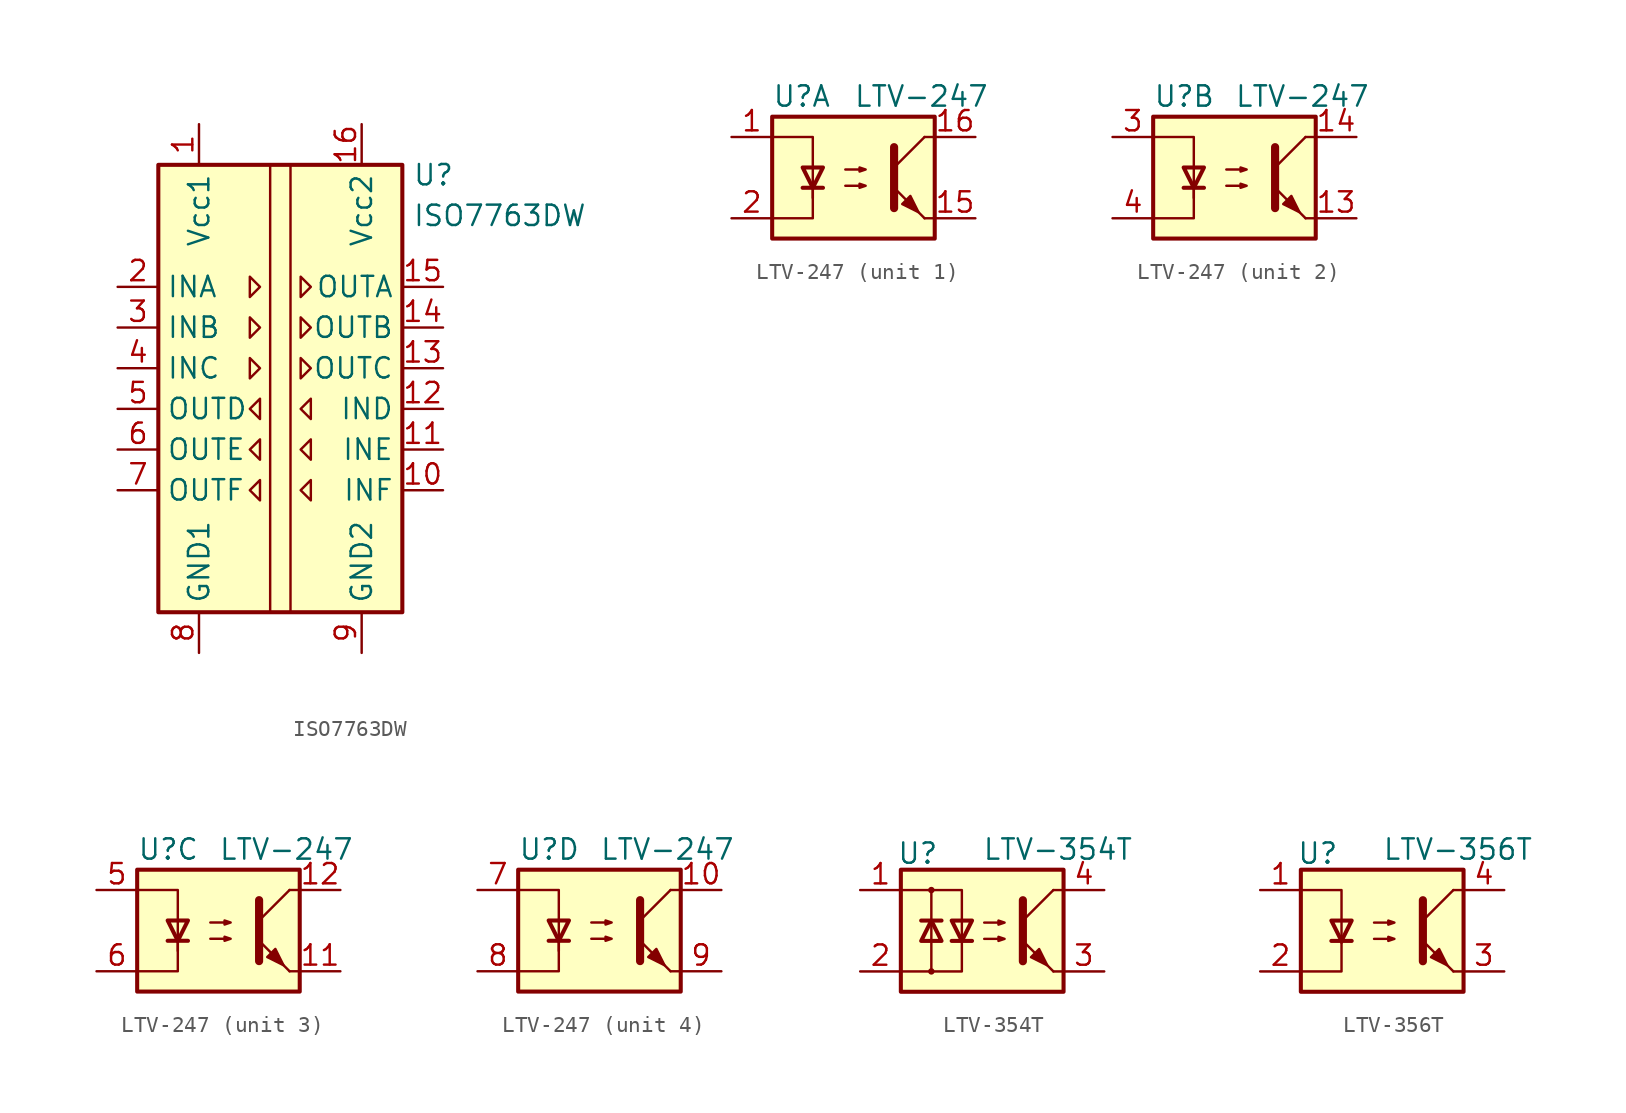
<source format=kicad_sym>
(kicad_symbol_lib
  (version 20201005)
  (generator kicad_symbol_editor)
  (symbol "ISO7763DW"
    (property "Reference" "U"
      (at 8.255 14.605 0)
      (effects (font (size 1.27 1.27)) (justify left)))
    (property "Value" "ISO7763DW"
      (at 8.255 12.065 0)
      (effects (font (size 1.27 1.27)) (justify left)))
    (symbol "ISO7763DW_0_1"
      (rectangle (start -7.62 15.24) (end 7.62 -12.7) (stroke (width 0.254)) (fill (type background)))
      (polyline (pts (xy -0.635 15.24) (xy -0.635 -12.7)) (stroke (width 0)) (fill (type none)))
      (polyline (pts (xy 0.635 15.24) (xy 0.635 -12.7)) (stroke (width 0)) (fill (type none)))
      (polyline (pts (xy -1.905 8.255) (xy -1.27 7.62) (xy -1.905 6.985) (xy -1.905 8.255)) (stroke (width 0)) (fill (type none)))
      (polyline (pts (xy 1.27 8.255) (xy 1.905 7.62) (xy 1.27 6.985) (xy 1.27 8.255)) (stroke (width 0)) (fill (type none))))
    (symbol "ISO7763DW_1_1"
      (polyline (pts (xy -1.905 3.175) (xy -1.27 2.54) (xy -1.905 1.905) (xy -1.905 3.175)) (stroke (width 0)) (fill (type none)))
      (polyline (pts (xy -1.905 5.715) (xy -1.27 5.08) (xy -1.905 4.445) (xy -1.905 5.715)) (stroke (width 0)) (fill (type none)))
      (polyline (pts (xy -1.27 -4.445) (xy -1.905 -5.08) (xy -1.27 -5.715) (xy -1.27 -4.445)) (stroke (width 0)) (fill (type none)))
      (polyline (pts (xy -1.27 -1.905) (xy -1.905 -2.54) (xy -1.27 -3.175) (xy -1.27 -1.905)) (stroke (width 0)) (fill (type none)))
      (polyline (pts (xy -1.27 0.635) (xy -1.905 0) (xy -1.27 -0.635) (xy -1.27 0.635)) (stroke (width 0)) (fill (type none)))
      (polyline (pts (xy 1.27 3.175) (xy 1.905 2.54) (xy 1.27 1.905) (xy 1.27 3.175)) (stroke (width 0)) (fill (type none)))
      (polyline (pts (xy 1.27 5.715) (xy 1.905 5.08) (xy 1.27 4.445) (xy 1.27 5.715)) (stroke (width 0)) (fill (type none)))
      (polyline (pts (xy 1.905 -4.445) (xy 1.27 -5.08) (xy 1.905 -5.715) (xy 1.905 -4.445)) (stroke (width 0)) (fill (type none)))
      (polyline (pts (xy 1.905 -1.905) (xy 1.27 -2.54) (xy 1.905 -3.175) (xy 1.905 -1.905)) (stroke (width 0)) (fill (type none)))
      (polyline (pts (xy 1.905 0.635) (xy 1.27 0) (xy 1.905 -0.635) (xy 1.905 0.635)) (stroke (width 0)) (fill (type none)))
      (pin power_in line (at -5.08 17.78 270) (length 2.54) (name "Vcc1" (effects (font (size 1.27 1.27)))) (number "1" (effects (font (size 1.27 1.27)))))
      (pin input line (at 10.16 -5.08 180) (length 2.54) (name "INF" (effects (font (size 1.27 1.27)))) (number "10" (effects (font (size 1.27 1.27)))))
      (pin input line (at 10.16 -2.54 180) (length 2.54) (name "INE" (effects (font (size 1.27 1.27)))) (number "11" (effects (font (size 1.27 1.27)))))
      (pin input line (at 10.16 0 180) (length 2.54) (name "IND" (effects (font (size 1.27 1.27)))) (number "12" (effects (font (size 1.27 1.27)))))
      (pin output line (at 10.16 2.54 180) (length 2.54) (name "OUTC" (effects (font (size 1.27 1.27)))) (number "13" (effects (font (size 1.27 1.27)))))
      (pin output line (at 10.16 5.08 180) (length 2.54) (name "OUTB" (effects (font (size 1.27 1.27)))) (number "14" (effects (font (size 1.27 1.27)))))
      (pin output line (at 10.16 7.62 180) (length 2.54) (name "OUTA" (effects (font (size 1.27 1.27)))) (number "15" (effects (font (size 1.27 1.27)))))
      (pin power_in line (at 5.08 17.78 270) (length 2.54) (name "Vcc2" (effects (font (size 1.27 1.27)))) (number "16" (effects (font (size 1.27 1.27)))))
      (pin input line (at -10.16 7.62 0) (length 2.54) (name "INA" (effects (font (size 1.27 1.27)))) (number "2" (effects (font (size 1.27 1.27)))))
      (pin input line (at -10.16 5.08 0) (length 2.54) (name "INB" (effects (font (size 1.27 1.27)))) (number "3" (effects (font (size 1.27 1.27)))))
      (pin input line (at -10.16 2.54 0) (length 2.54) (name "INC" (effects (font (size 1.27 1.27)))) (number "4" (effects (font (size 1.27 1.27)))))
      (pin output line (at -10.16 0 0) (length 2.54) (name "OUTD" (effects (font (size 1.27 1.27)))) (number "5" (effects (font (size 1.27 1.27)))))
      (pin output line (at -10.16 -2.54 0) (length 2.54) (name "OUTE" (effects (font (size 1.27 1.27)))) (number "6" (effects (font (size 1.27 1.27)))))
      (pin output line (at -10.16 -5.08 0) (length 2.54) (name "OUTF" (effects (font (size 1.27 1.27)))) (number "7" (effects (font (size 1.27 1.27)))))
      (pin power_in line (at -5.08 -15.24 90) (length 2.54) (name "GND1" (effects (font (size 1.27 1.27)))) (number "8" (effects (font (size 1.27 1.27)))))
      (pin power_in line (at 5.08 -15.24 90) (length 2.54) (name "GND2" (effects (font (size 1.27 1.27)))) (number "9" (effects (font (size 1.27 1.27)))))))
  (symbol "LTV-247"
    (property "Reference" "U"
      (at -5.08 5.08 0)
      (effects (font (size 1.27 1.27)) (justify left)))
    (property "Value" "LTV-247"
      (at 0 5.08 0)
      (effects (font (size 1.27 1.27)) (justify left)))
    (symbol "LTV-247_0_1"
      (rectangle (start -5.08 3.81) (end 5.08 -3.81) (stroke (width 0.254)) (fill (type background)))
      (polyline (pts (xy -3.175 -0.635) (xy -1.905 -0.635)) (stroke (width 0.254)) (fill (type none)))
      (polyline (pts (xy 2.54 0.635) (xy 4.445 2.54)) (stroke (width 0)) (fill (type none)))
      (polyline (pts (xy 4.445 -2.54) (xy 5.08 -2.54)) (stroke (width 0)) (fill (type none)))
      (polyline (pts (xy 4.445 2.54) (xy 5.08 2.54)) (stroke (width 0)) (fill (type none)))
      (polyline (pts (xy -2.54 -0.635) (xy -2.54 -2.54) (xy -5.08 -2.54)) (stroke (width 0)) (fill (type none)))
      (polyline (pts (xy 2.54 1.905) (xy 2.54 -1.905) (xy 2.54 -1.905)) (stroke (width 0.508)) (fill (type none)))
      (polyline (pts (xy -5.08 2.54) (xy -2.54 2.54) (xy -2.54 -1.27) (xy -2.54 0.635)) (stroke (width 0)) (fill (type none)))
      (polyline (pts (xy -2.54 -0.635) (xy -3.175 0.635) (xy -1.905 0.635) (xy -2.54 -0.635)) (stroke (width 0.254)) (fill (type none)))
      (polyline (pts (xy -0.508 -0.508) (xy 0.762 -0.508) (xy 0.381 -0.635) (xy 0.381 -0.381) (xy 0.762 -0.508)) (stroke (width 0)) (fill (type none)))
      (polyline (pts (xy -0.508 0.508) (xy 0.762 0.508) (xy 0.381 0.381) (xy 0.381 0.635) (xy 0.762 0.508)) (stroke (width 0)) (fill (type none)))
      (polyline (pts (xy 4.445 -2.54) (xy 2.54 -0.635)) (stroke (width 0)) (fill (type outline)))
      (polyline (pts (xy 3.048 -1.651) (xy 3.556 -1.143) (xy 4.064 -2.159) (xy 3.048 -1.651) (xy 3.048 -1.651)) (stroke (width 0)) (fill (type outline))))
    (symbol "LTV-247_1_1"
      (pin passive line (at -7.62 2.54 0) (length 2.54) (name "~" (effects (font (size 1.27 1.27)))) (number "1" (effects (font (size 1.27 1.27)))))
      (pin passive line (at 7.62 -2.54 180) (length 2.54) (name "~" (effects (font (size 1.27 1.27)))) (number "15" (effects (font (size 1.27 1.27)))))
      (pin passive line (at 7.62 2.54 180) (length 2.54) (name "~" (effects (font (size 1.27 1.27)))) (number "16" (effects (font (size 1.27 1.27)))))
      (pin passive line (at -7.62 -2.54 0) (length 2.54) (name "~" (effects (font (size 1.27 1.27)))) (number "2" (effects (font (size 1.27 1.27))))))
    (symbol "LTV-247_2_1"
      (pin passive line (at 7.62 -2.54 180) (length 2.54) (name "~" (effects (font (size 1.27 1.27)))) (number "13" (effects (font (size 1.27 1.27)))))
      (pin passive line (at 7.62 2.54 180) (length 2.54) (name "~" (effects (font (size 1.27 1.27)))) (number "14" (effects (font (size 1.27 1.27)))))
      (pin passive line (at -7.62 2.54 0) (length 2.54) (name "~" (effects (font (size 1.27 1.27)))) (number "3" (effects (font (size 1.27 1.27)))))
      (pin passive line (at -7.62 -2.54 0) (length 2.54) (name "~" (effects (font (size 1.27 1.27)))) (number "4" (effects (font (size 1.27 1.27))))))
    (symbol "LTV-247_3_1"
      (pin passive line (at 7.62 -2.54 180) (length 2.54) (name "~" (effects (font (size 1.27 1.27)))) (number "11" (effects (font (size 1.27 1.27)))))
      (pin passive line (at 7.62 2.54 180) (length 2.54) (name "~" (effects (font (size 1.27 1.27)))) (number "12" (effects (font (size 1.27 1.27)))))
      (pin passive line (at -7.62 2.54 0) (length 2.54) (name "~" (effects (font (size 1.27 1.27)))) (number "5" (effects (font (size 1.27 1.27)))))
      (pin passive line (at -7.62 -2.54 0) (length 2.54) (name "~" (effects (font (size 1.27 1.27)))) (number "6" (effects (font (size 1.27 1.27))))))
    (symbol "LTV-247_4_1"
      (pin passive line (at 7.62 2.54 180) (length 2.54) (name "~" (effects (font (size 1.27 1.27)))) (number "10" (effects (font (size 1.27 1.27)))))
      (pin passive line (at -7.62 2.54 0) (length 2.54) (name "~" (effects (font (size 1.27 1.27)))) (number "7" (effects (font (size 1.27 1.27)))))
      (pin passive line (at -7.62 -2.54 0) (length 2.54) (name "~" (effects (font (size 1.27 1.27)))) (number "8" (effects (font (size 1.27 1.27)))))
      (pin passive line (at 7.62 -2.54 180) (length 2.54) (name "~" (effects (font (size 1.27 1.27)))) (number "9" (effects (font (size 1.27 1.27)))))))
  (symbol "LTV-354T"
    (pin_names
      (offset 1.016))
    (property "Reference" "U"
      (at -5.334 4.826 0)
      (effects (font (size 1.27 1.27)) (justify left)))
    (property "Value" "LTV-354T"
      (at 0 5.08 0)
      (effects (font (size 1.27 1.27)) (justify left)))
    (symbol "LTV-354T_0_1"
      (circle (center -3.175 -2.54) (radius 0.127) (stroke (width 0)) (fill (type none)))
      (circle (center -3.175 2.54) (radius 0.127) (stroke (width 0)) (fill (type none)))
      (rectangle (start -5.08 3.81) (end 5.08 -3.81) (stroke (width 0.254)) (fill (type background)))
      (polyline (pts (xy -3.81 0.635) (xy -2.54 0.635)) (stroke (width 0.254)) (fill (type none)))
      (polyline (pts (xy -3.175 -0.635) (xy -3.175 -2.54)) (stroke (width 0)) (fill (type none)))
      (polyline (pts (xy -3.175 -0.635) (xy -3.175 2.54)) (stroke (width 0)) (fill (type none)))
      (polyline (pts (xy -1.905 -0.635) (xy -0.635 -0.635)) (stroke (width 0.254)) (fill (type none)))
      (polyline (pts (xy 2.54 0.635) (xy 4.445 2.54)) (stroke (width 0)) (fill (type none)))
      (polyline (pts (xy 4.445 -2.54) (xy 5.08 -2.54)) (stroke (width 0)) (fill (type none)))
      (polyline (pts (xy 4.445 2.54) (xy 5.08 2.54)) (stroke (width 0)) (fill (type none)))
      (polyline (pts (xy -5.08 2.54) (xy -1.27 2.54) (xy -1.27 -0.635)) (stroke (width 0)) (fill (type none)))
      (polyline (pts (xy -1.27 -0.635) (xy -1.27 -2.54) (xy -5.08 -2.54)) (stroke (width 0)) (fill (type none)))
      (polyline (pts (xy 2.54 1.905) (xy 2.54 -1.905) (xy 2.54 -1.905)) (stroke (width 0.508)) (fill (type none)))
      (polyline (pts (xy -3.175 0.635) (xy -3.81 -0.635) (xy -2.54 -0.635) (xy -3.175 0.635)) (stroke (width 0.254)) (fill (type none)))
      (polyline (pts (xy -1.27 -0.635) (xy -1.905 0.635) (xy -0.635 0.635) (xy -1.27 -0.635)) (stroke (width 0.254)) (fill (type none)))
      (polyline (pts (xy 0.127 -0.508) (xy 1.397 -0.508) (xy 1.016 -0.635) (xy 1.016 -0.381) (xy 1.397 -0.508)) (stroke (width 0)) (fill (type none)))
      (polyline (pts (xy 0.127 0.508) (xy 1.397 0.508) (xy 1.016 0.381) (xy 1.016 0.635) (xy 1.397 0.508)) (stroke (width 0)) (fill (type none)))
      (polyline (pts (xy 4.445 -2.54) (xy 2.54 -0.635)) (stroke (width 0)) (fill (type outline)))
      (polyline (pts (xy 3.048 -1.651) (xy 3.556 -1.143) (xy 4.064 -2.159) (xy 3.048 -1.651) (xy 3.048 -1.651)) (stroke (width 0)) (fill (type outline))))
    (symbol "LTV-354T_1_1"
      (pin passive line (at -7.62 2.54 0) (length 2.54) (name "~" (effects (font (size 1.27 1.27)))) (number "1" (effects (font (size 1.27 1.27)))))
      (pin passive line (at -7.62 -2.54 0) (length 2.54) (name "~" (effects (font (size 1.27 1.27)))) (number "2" (effects (font (size 1.27 1.27)))))
      (pin passive line (at 7.62 -2.54 180) (length 2.54) (name "~" (effects (font (size 1.27 1.27)))) (number "3" (effects (font (size 1.27 1.27)))))
      (pin passive line (at 7.62 2.54 180) (length 2.54) (name "~" (effects (font (size 1.27 1.27)))) (number "4" (effects (font (size 1.27 1.27)))))))
  (symbol "LTV-356T"
    (pin_names
      (offset 1.016))
    (property "Reference" "U"
      (at -5.334 4.826 0)
      (effects (font (size 1.27 1.27)) (justify left)))
    (property "Value" "LTV-356T"
      (at 0 5.08 0)
      (effects (font (size 1.27 1.27)) (justify left)))
    (symbol "LTV-356T_0_1"
      (rectangle (start -5.08 3.81) (end 5.08 -3.81) (stroke (width 0.254)) (fill (type background)))
      (polyline (pts (xy -3.175 -0.635) (xy -1.905 -0.635)) (stroke (width 0.254)) (fill (type none)))
      (polyline (pts (xy 2.54 0.635) (xy 4.445 2.54)) (stroke (width 0)) (fill (type none)))
      (polyline (pts (xy 4.445 -2.54) (xy 5.08 -2.54)) (stroke (width 0)) (fill (type none)))
      (polyline (pts (xy 4.445 2.54) (xy 5.08 2.54)) (stroke (width 0)) (fill (type none)))
      (polyline (pts (xy -5.08 2.54) (xy -2.54 2.54) (xy -2.54 -0.762)) (stroke (width 0)) (fill (type none)))
      (polyline (pts (xy -2.54 -0.635) (xy -2.54 -2.54) (xy -5.08 -2.54)) (stroke (width 0)) (fill (type none)))
      (polyline (pts (xy 2.54 1.905) (xy 2.54 -1.905) (xy 2.54 -1.905)) (stroke (width 0.508)) (fill (type none)))
      (polyline (pts (xy -2.54 -0.635) (xy -3.175 0.635) (xy -1.905 0.635) (xy -2.54 -0.635)) (stroke (width 0.254)) (fill (type none)))
      (polyline (pts (xy -0.508 -0.508) (xy 0.762 -0.508) (xy 0.381 -0.635) (xy 0.381 -0.381) (xy 0.762 -0.508)) (stroke (width 0)) (fill (type none)))
      (polyline (pts (xy -0.508 0.508) (xy 0.762 0.508) (xy 0.381 0.381) (xy 0.381 0.635) (xy 0.762 0.508)) (stroke (width 0)) (fill (type none)))
      (polyline (pts (xy 4.445 -2.54) (xy 2.54 -0.635)) (stroke (width 0)) (fill (type outline)))
      (polyline (pts (xy 3.048 -1.651) (xy 3.556 -1.143) (xy 4.064 -2.159) (xy 3.048 -1.651) (xy 3.048 -1.651)) (stroke (width 0)) (fill (type outline))))
    (symbol "LTV-356T_1_1"
      (pin passive line (at -7.62 2.54 0) (length 2.54) (name "~" (effects (font (size 1.27 1.27)))) (number "1" (effects (font (size 1.27 1.27)))))
      (pin passive line (at -7.62 -2.54 0) (length 2.54) (name "~" (effects (font (size 1.27 1.27)))) (number "2" (effects (font (size 1.27 1.27)))))
      (pin passive line (at 7.62 -2.54 180) (length 2.54) (name "~" (effects (font (size 1.27 1.27)))) (number "3" (effects (font (size 1.27 1.27)))))
      (pin passive line (at 7.62 2.54 180) (length 2.54) (name "~" (effects (font (size 1.27 1.27)))) (number "4" (effects (font (size 1.27 1.27))))))))
</source>
